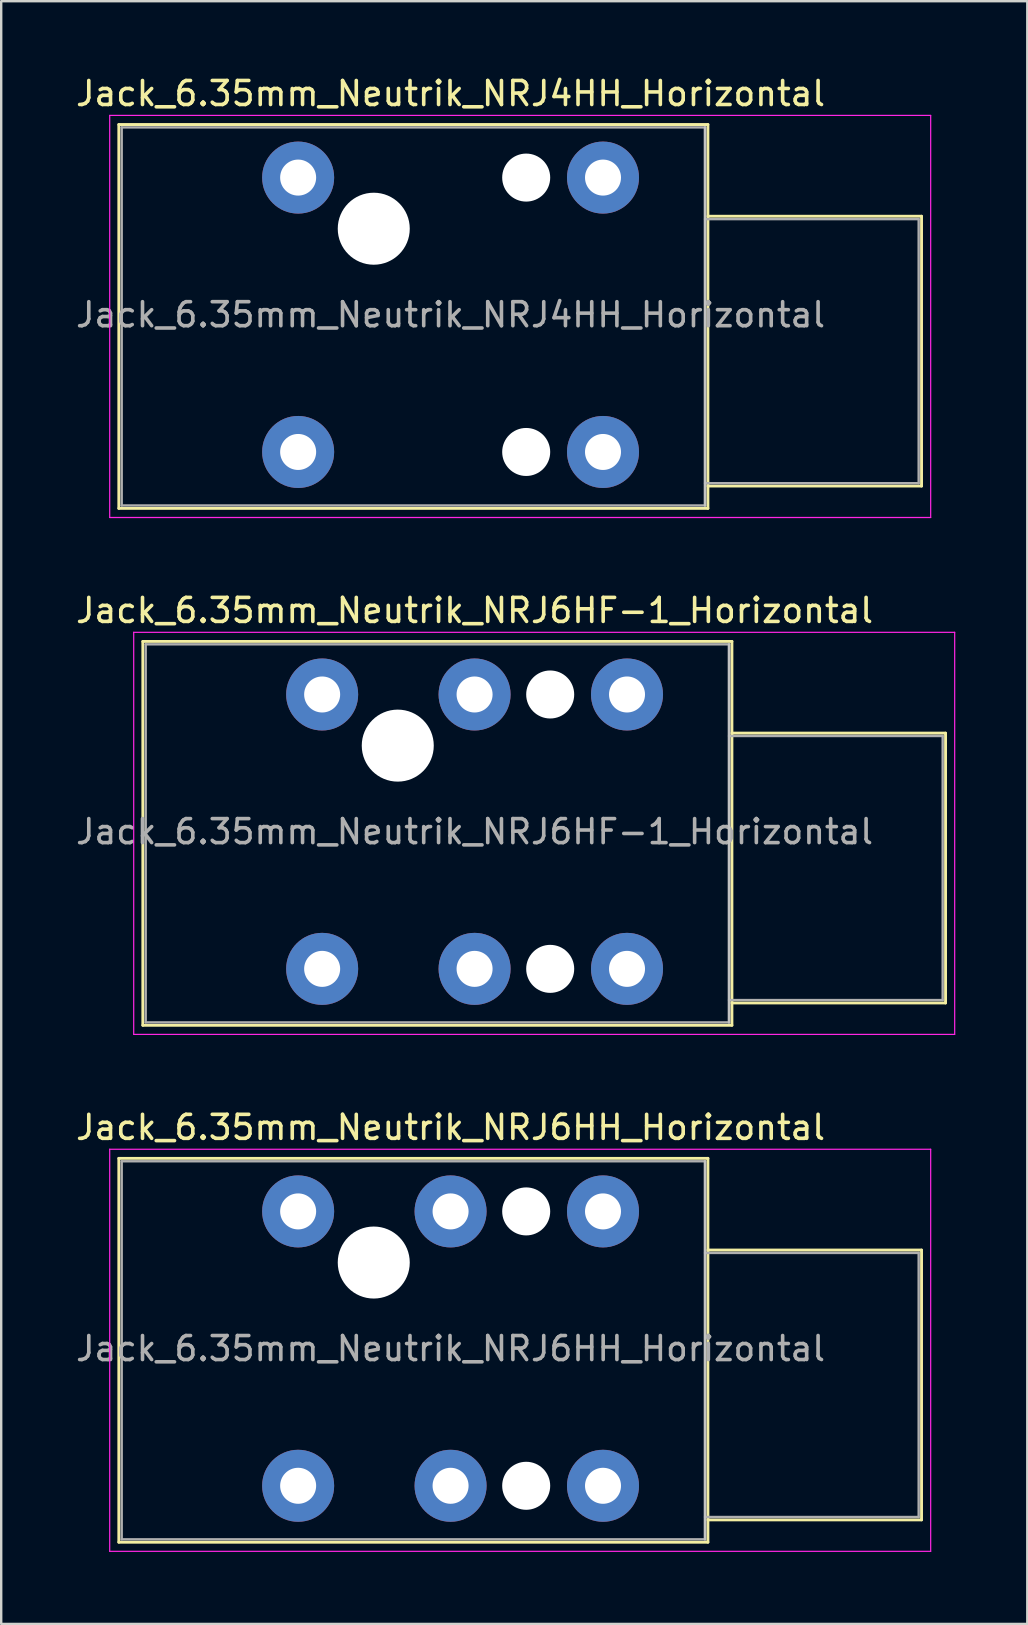
<source format=kicad_pcb>
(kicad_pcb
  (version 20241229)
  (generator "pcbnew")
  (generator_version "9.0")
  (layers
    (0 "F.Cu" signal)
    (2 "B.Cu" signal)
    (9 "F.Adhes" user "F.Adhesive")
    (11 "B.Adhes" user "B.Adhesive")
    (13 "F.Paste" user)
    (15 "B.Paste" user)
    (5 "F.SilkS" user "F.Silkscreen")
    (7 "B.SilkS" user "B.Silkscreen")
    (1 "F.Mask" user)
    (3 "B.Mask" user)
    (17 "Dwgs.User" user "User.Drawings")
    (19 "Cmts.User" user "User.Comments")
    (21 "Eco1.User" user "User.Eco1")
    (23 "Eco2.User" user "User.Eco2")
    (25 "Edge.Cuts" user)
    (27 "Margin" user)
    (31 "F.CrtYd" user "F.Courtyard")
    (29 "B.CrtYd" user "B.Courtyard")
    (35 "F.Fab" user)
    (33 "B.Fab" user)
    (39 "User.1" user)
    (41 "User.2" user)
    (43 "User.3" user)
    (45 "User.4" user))
  (footprint "Jack_6.35mm_Neutrik_NRJ6HH_Horizontal"
    (layer "F.Cu")
    (at 9.37 47.415)
    (property "Reference" "Jack_6.35mm_Neutrik_NRJ6HH_Horizontal" (at 6.35 -3.5 0) (layer "F.SilkS") (effects (font (size 1 1) (thickness 0.15))))
    (attr through_hole)
    (fp_line (start -7.47 -2.21) (end 17.07 -2.21) (stroke (width 0.12) (type solid)) (layer "F.SilkS"))
    (fp_line (start -7.47 13.78) (end -7.47 -2.21) (stroke (width 0.12) (type solid)) (layer "F.SilkS"))
    (fp_line (start -7.47 13.78) (end 17.07 13.78) (stroke (width 0.12) (type solid)) (layer "F.SilkS"))
    (fp_line (start 17.07 -2.21) (end 17.07 13.78) (stroke (width 0.12) (type solid)) (layer "F.SilkS"))
    (fp_line (start 25.97 1.61) (end 17.07 1.61) (stroke (width 0.12) (type solid)) (layer "F.SilkS"))
    (fp_line (start 25.97 12.85) (end 17.07 12.85) (stroke (width 0.12) (type solid)) (layer "F.SilkS"))
    (fp_line (start 25.97 12.85) (end 25.97 1.61) (stroke (width 0.12) (type solid)) (layer "F.SilkS"))
    (fp_line (start 16.95 -2.09) (end 16.95 13.66) (stroke (width 0.1) (type solid)) (layer "Dwgs.User"))
    (fp_line (start -7.85 14.16) (end -7.85 -2.59) (stroke (width 0.05) (type solid)) (layer "F.CrtYd"))
    (fp_line (start -7.85 14.16) (end 26.35 14.16) (stroke (width 0.05) (type solid)) (layer "F.CrtYd"))
    (fp_line (start 26.35 -2.59) (end -7.85 -2.59) (stroke (width 0.05) (type solid)) (layer "F.CrtYd"))
    (fp_line (start 26.35 14.16) (end 26.35 -2.59) (stroke (width 0.05) (type solid)) (layer "F.CrtYd"))
    (fp_line (start -7.35 -2.09) (end 16.95 -2.09) (stroke (width 0.1) (type solid)) (layer "F.Fab"))
    (fp_line (start -7.35 13.66) (end -7.35 -2.09) (stroke (width 0.1) (type solid)) (layer "F.Fab"))
    (fp_line (start 16.95 -2.09) (end 16.95 13.66) (stroke (width 0.1) (type solid)) (layer "F.Fab"))
    (fp_line (start 16.95 12.73) (end 25.85 12.73) (stroke (width 0.1) (type solid)) (layer "F.Fab"))
    (fp_line (start 16.95 13.66) (end -7.35 13.66) (stroke (width 0.1) (type solid)) (layer "F.Fab"))
    (fp_line (start 25.85 1.73) (end 16.95 1.73) (stroke (width 0.1) (type solid)) (layer "F.Fab"))
    (fp_line (start 25.85 12.73) (end 25.85 1.73) (stroke (width 0.1) (type solid)) (layer "F.Fab"))
    (fp_text user "${REFERENCE}" (at 6.35 5.715 0) (layer "F.Fab") (effects (font (size 1 1) (thickness 0.15))))
    (pad "" np_thru_hole circle (at 3.15 2.13) (size 3 3) (drill 3) (layers "*.Cu" "*.Mask"))
    (pad "" np_thru_hole circle (at 9.5 0) (size 2 2) (drill 2) (layers "*.Cu" "*.Mask"))
    (pad "" np_thru_hole circle (at 9.5 11.43) (size 2 2) (drill 2) (layers "*.Cu" "*.Mask"))
    (pad "R" thru_hole circle (at 6.35 0) (size 3 3) (drill 1.5) (layers "*.Cu" "*.Mask"))
    (pad "RN" thru_hole circle (at 6.35 11.43) (size 3 3) (drill 1.5) (layers "*.Cu" "*.Mask"))
    (pad "S" thru_hole circle (at 12.7 0) (size 3 3) (drill 1.5) (layers "*.Cu" "*.Mask"))
    (pad "SN" thru_hole circle (at 12.7 11.43) (size 3 3) (drill 1.5) (layers "*.Cu" "*.Mask"))
    (pad "T" thru_hole circle (at 0 0) (size 3 3) (drill 1.5) (layers "*.Cu" "*.Mask"))
    (pad "TN" thru_hole circle (at 0 11.43) (size 3 3) (drill 1.5) (layers "*.Cu" "*.Mask")))
  (footprint "Jack_6.35mm_Neutrik_NRJ4HH_Horizontal"
    (layer "F.Cu")
    (at 9.37 4.348)
    (property "Reference" "Jack_6.35mm_Neutrik_NRJ4HH_Horizontal" (at 6.35 -3.5 0) (layer "F.SilkS") (effects (font (size 1 1) (thickness 0.15))))
    (attr through_hole)
    (fp_line (start -7.47 -2.21) (end 17.07 -2.21) (stroke (width 0.12) (type solid)) (layer "F.SilkS"))
    (fp_line (start -7.47 13.78) (end -7.47 -2.21) (stroke (width 0.12) (type solid)) (layer "F.SilkS"))
    (fp_line (start -7.47 13.78) (end 17.07 13.78) (stroke (width 0.12) (type solid)) (layer "F.SilkS"))
    (fp_line (start 17.07 -2.21) (end 17.07 13.78) (stroke (width 0.12) (type solid)) (layer "F.SilkS"))
    (fp_line (start 25.97 1.61) (end 17.07 1.61) (stroke (width 0.12) (type solid)) (layer "F.SilkS"))
    (fp_line (start 25.97 12.85) (end 17.07 12.85) (stroke (width 0.12) (type solid)) (layer "F.SilkS"))
    (fp_line (start 25.97 12.85) (end 25.97 1.61) (stroke (width 0.12) (type solid)) (layer "F.SilkS"))
    (fp_line (start 16.95 -2.09) (end 16.95 13.66) (stroke (width 0.1) (type solid)) (layer "Dwgs.User"))
    (fp_line (start -7.85 14.16) (end -7.85 -2.59) (stroke (width 0.05) (type solid)) (layer "F.CrtYd"))
    (fp_line (start -7.85 14.16) (end 26.35 14.16) (stroke (width 0.05) (type solid)) (layer "F.CrtYd"))
    (fp_line (start 26.35 -2.59) (end -7.85 -2.59) (stroke (width 0.05) (type solid)) (layer "F.CrtYd"))
    (fp_line (start 26.35 14.16) (end 26.35 -2.59) (stroke (width 0.05) (type solid)) (layer "F.CrtYd"))
    (fp_line (start -7.35 -2.09) (end 16.95 -2.09) (stroke (width 0.1) (type solid)) (layer "F.Fab"))
    (fp_line (start -7.35 13.66) (end -7.35 -2.09) (stroke (width 0.1) (type solid)) (layer "F.Fab"))
    (fp_line (start 16.95 -2.09) (end 16.95 13.66) (stroke (width 0.1) (type solid)) (layer "F.Fab"))
    (fp_line (start 16.95 12.73) (end 25.85 12.73) (stroke (width 0.1) (type solid)) (layer "F.Fab"))
    (fp_line (start 16.95 13.66) (end -7.35 13.66) (stroke (width 0.1) (type solid)) (layer "F.Fab"))
    (fp_line (start 25.85 1.73) (end 16.95 1.73) (stroke (width 0.1) (type solid)) (layer "F.Fab"))
    (fp_line (start 25.85 12.73) (end 25.85 1.73) (stroke (width 0.1) (type solid)) (layer "F.Fab"))
    (fp_text user "${REFERENCE}" (at 6.35 5.715 0) (layer "F.Fab") (effects (font (size 1 1) (thickness 0.15))))
    (pad "" np_thru_hole circle (at 3.15 2.13) (size 3 3) (drill 3) (layers "*.Cu" "*.Mask"))
    (pad "" np_thru_hole circle (at 9.5 0) (size 2 2) (drill 2) (layers "*.Cu" "*.Mask"))
    (pad "" np_thru_hole circle (at 9.5 11.43) (size 2 2) (drill 2) (layers "*.Cu" "*.Mask"))
    (pad "S" thru_hole circle (at 12.7 0) (size 3 3) (drill 1.5) (layers "*.Cu" "*.Mask"))
    (pad "SN" thru_hole circle (at 12.7 11.43) (size 3 3) (drill 1.5) (layers "*.Cu" "*.Mask"))
    (pad "T" thru_hole circle (at 0 0) (size 3 3) (drill 1.5) (layers "*.Cu" "*.Mask"))
    (pad "TN" thru_hole circle (at 0 11.43) (size 3 3) (drill 1.5) (layers "*.Cu" "*.Mask")))
  (footprint "Jack_6.35mm_Neutrik_NRJ6HF-1_Horizontal"
    (layer "F.Cu")
    (at 10.37 25.881)
    (property "Reference" "Jack_6.35mm_Neutrik_NRJ6HF-1_Horizontal" (at 6.35 -3.5 0) (layer "F.SilkS") (effects (font (size 1 1) (thickness 0.15))))
    (attr through_hole)
    (fp_line (start -7.47 -2.21) (end 17.07 -2.21) (stroke (width 0.12) (type solid)) (layer "F.SilkS"))
    (fp_line (start -7.47 13.78) (end -7.47 -2.21) (stroke (width 0.12) (type solid)) (layer "F.SilkS"))
    (fp_line (start -7.47 13.78) (end 17.07 13.78) (stroke (width 0.12) (type solid)) (layer "F.SilkS"))
    (fp_line (start 17.07 -2.21) (end 17.07 13.78) (stroke (width 0.12) (type solid)) (layer "F.SilkS"))
    (fp_line (start 25.97 1.61) (end 17.07 1.61) (stroke (width 0.12) (type solid)) (layer "F.SilkS"))
    (fp_line (start 25.97 12.85) (end 17.07 12.85) (stroke (width 0.12) (type solid)) (layer "F.SilkS"))
    (fp_line (start 25.97 12.85) (end 25.97 1.61) (stroke (width 0.12) (type solid)) (layer "F.SilkS"))
    (fp_line (start 16.95 -2.09) (end 16.95 13.66) (stroke (width 0.1) (type solid)) (layer "Dwgs.User"))
    (fp_line (start -7.85 14.16) (end -7.85 -2.59) (stroke (width 0.05) (type solid)) (layer "F.CrtYd"))
    (fp_line (start -7.85 14.16) (end 26.35 14.16) (stroke (width 0.05) (type solid)) (layer "F.CrtYd"))
    (fp_line (start 26.35 -2.59) (end -7.85 -2.59) (stroke (width 0.05) (type solid)) (layer "F.CrtYd"))
    (fp_line (start 26.35 14.16) (end 26.35 -2.59) (stroke (width 0.05) (type solid)) (layer "F.CrtYd"))
    (fp_line (start -7.35 -2.09) (end 16.95 -2.09) (stroke (width 0.1) (type solid)) (layer "F.Fab"))
    (fp_line (start -7.35 13.66) (end -7.35 -2.09) (stroke (width 0.1) (type solid)) (layer "F.Fab"))
    (fp_line (start 16.95 -2.09) (end 16.95 13.66) (stroke (width 0.1) (type solid)) (layer "F.Fab"))
    (fp_line (start 16.95 12.73) (end 25.85 12.73) (stroke (width 0.1) (type solid)) (layer "F.Fab"))
    (fp_line (start 16.95 13.66) (end -7.35 13.66) (stroke (width 0.1) (type solid)) (layer "F.Fab"))
    (fp_line (start 25.85 1.73) (end 16.95 1.73) (stroke (width 0.1) (type solid)) (layer "F.Fab"))
    (fp_line (start 25.85 12.73) (end 25.85 1.73) (stroke (width 0.1) (type solid)) (layer "F.Fab"))
    (fp_text user "${REFERENCE}" (at 6.35 5.715 0) (layer "F.Fab") (effects (font (size 1 1) (thickness 0.15))))
    (pad "" np_thru_hole circle (at 3.15 2.13) (size 3 3) (drill 3) (layers "*.Cu" "*.Mask"))
    (pad "" np_thru_hole circle (at 9.5 0) (size 2 2) (drill 2) (layers "*.Cu" "*.Mask"))
    (pad "" np_thru_hole circle (at 9.5 11.43) (size 2 2) (drill 2) (layers "*.Cu" "*.Mask"))
    (pad "G" thru_hole circle (at 12.7 11.43) (size 3 3) (drill 1.5) (layers "*.Cu" "*.Mask"))
    (pad "R" thru_hole circle (at 6.35 0) (size 3 3) (drill 1.5) (layers "*.Cu" "*.Mask"))
    (pad "RN" thru_hole circle (at 6.35 11.43) (size 3 3) (drill 1.5) (layers "*.Cu" "*.Mask"))
    (pad "S" thru_hole circle (at 12.7 0) (size 3 3) (drill 1.5) (layers "*.Cu" "*.Mask"))
    (pad "T" thru_hole circle (at 0 0) (size 3 3) (drill 1.5) (layers "*.Cu" "*.Mask"))
    (pad "TN" thru_hole circle (at 0 11.43) (size 3 3) (drill 1.5) (layers "*.Cu" "*.Mask")))
  (gr_rect
    (start -3 -3)
    (end 39.745 64.6)
    (stroke (width 0.1) (type default))
    (fill no)
    (layer "Edge.Cuts")))
</source>
